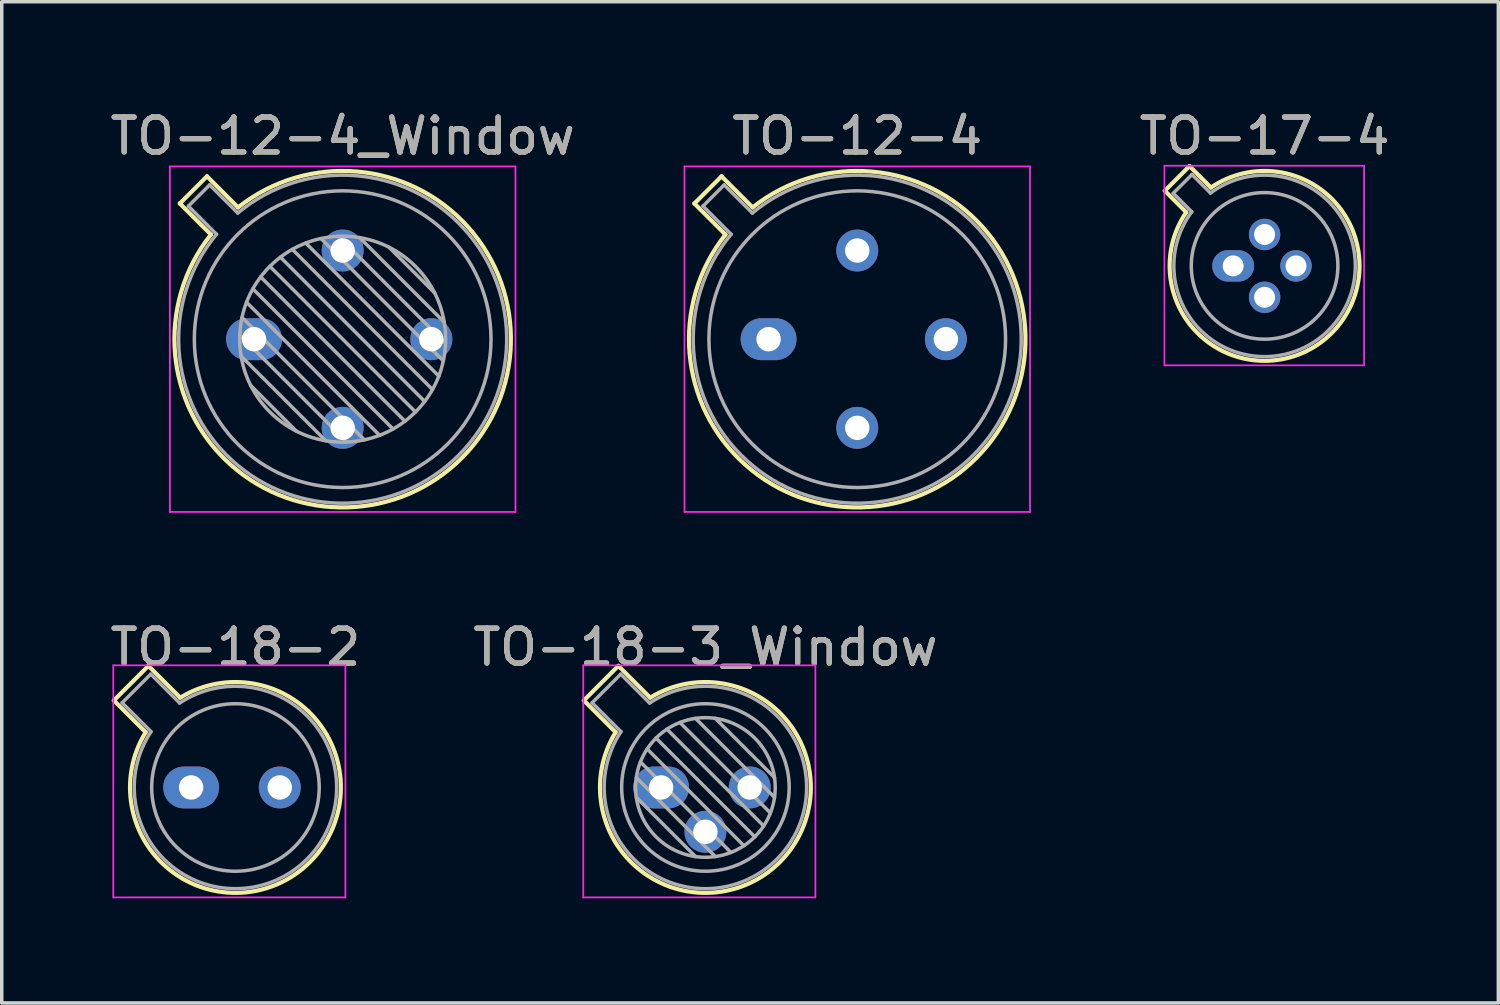
<source format=kicad_pcb>
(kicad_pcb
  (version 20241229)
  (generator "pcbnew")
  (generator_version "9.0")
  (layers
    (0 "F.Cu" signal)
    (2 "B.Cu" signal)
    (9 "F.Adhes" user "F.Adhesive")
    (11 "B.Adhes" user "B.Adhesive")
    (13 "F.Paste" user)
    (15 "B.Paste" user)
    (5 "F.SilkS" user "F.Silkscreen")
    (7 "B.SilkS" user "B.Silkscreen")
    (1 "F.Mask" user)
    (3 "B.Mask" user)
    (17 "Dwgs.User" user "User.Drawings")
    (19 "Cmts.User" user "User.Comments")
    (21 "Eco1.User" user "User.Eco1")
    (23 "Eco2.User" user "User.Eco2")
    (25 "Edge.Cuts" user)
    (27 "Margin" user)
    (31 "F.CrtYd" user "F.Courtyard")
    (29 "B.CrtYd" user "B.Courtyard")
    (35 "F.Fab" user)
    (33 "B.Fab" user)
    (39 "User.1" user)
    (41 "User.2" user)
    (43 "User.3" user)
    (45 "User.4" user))
  (footprint "TO-17-4"
    (layer "F.Cu")
    (at 32.282 4.568)
    (property "Reference" "TO-17-4" (at 0.9 -3.72 0) (layer "F.SilkS") (effects (font (size 1 1) (thickness 0.15))))
    (attr through_hole)
    (fp_line (start -1.959 -2.152) (end -1.344 -1.537) (stroke (width 0.12) (type solid)) (layer "F.SilkS"))
    (fp_line (start -1.252 -2.859) (end -1.959 -2.152) (stroke (width 0.12) (type solid)) (layer "F.SilkS"))
    (fp_line (start -0.637 -2.244) (end -1.252 -2.859) (stroke (width 0.12) (type solid)) (layer "F.SilkS"))
    (fp_arc (start -0.637002 -2.244109) (mid 2.82358 1.923081) (end -1.344508 -1.536419) (stroke (width 0.12) (type solid)) (layer "F.SilkS"))
    (fp_line (start -1.97 -2.87) (end -1.97 2.85) (stroke (width 0.05) (type solid)) (layer "F.CrtYd"))
    (fp_line (start -1.97 2.85) (end 3.75 2.85) (stroke (width 0.05) (type solid)) (layer "F.CrtYd"))
    (fp_line (start 3.75 -2.87) (end -1.97 -2.87) (stroke (width 0.05) (type solid)) (layer "F.CrtYd"))
    (fp_line (start 3.75 2.85) (end 3.75 -2.87) (stroke (width 0.05) (type solid)) (layer "F.CrtYd"))
    (fp_line (start -1.718 -2.08) (end -1.187 -1.55) (stroke (width 0.1) (type solid)) (layer "F.Fab"))
    (fp_line (start -1.18 -2.618) (end -1.718 -2.08) (stroke (width 0.1) (type solid)) (layer "F.Fab"))
    (fp_line (start -0.65 -2.087) (end -1.18 -2.618) (stroke (width 0.1) (type solid)) (layer "F.Fab"))
    (fp_arc (start -0.650035 -2.087436) (mid 2.738346 1.838609) (end -1.187214 -1.550334) (stroke (width 0.1) (type solid)) (layer "F.Fab"))
    (fp_circle (center 0.9 0) (end 3 0) (stroke (width 0.1) (type solid)) (fill no) (layer "F.Fab"))
    (fp_text user "${REFERENCE}" (at 0.9 -3.72 0) (layer "F.Fab") (effects (font (size 1 1) (thickness 0.15))))
    (pad "1" thru_hole oval (at 0 0) (size 1.2 0.9) (drill 0.6) (layers "*.Cu" "*.Mask"))
    (pad "2" thru_hole oval (at 0.9 0.9) (size 0.9 0.9) (drill 0.6) (layers "*.Cu" "*.Mask"))
    (pad "3" thru_hole oval (at 1.8 0) (size 0.9 0.9) (drill 0.6) (layers "*.Cu" "*.Mask"))
    (pad "4" thru_hole oval (at 0.9 -0.9) (size 0.9 0.9) (drill 0.6) (layers "*.Cu" "*.Mask")))
  (footprint "TO-12-4"
    (layer "F.Cu")
    (at 18.971 6.668)
    (property "Reference" "TO-12-4" (at 2.54 -5.82 0) (layer "F.SilkS") (effects (font (size 1 1) (thickness 0.15))))
    (attr through_hole)
    (fp_line (start -2.126 -3.888) (end -1.235 -2.997) (stroke (width 0.12) (type solid)) (layer "F.SilkS"))
    (fp_line (start -1.348 -4.666) (end -2.126 -3.888) (stroke (width 0.12) (type solid)) (layer "F.SilkS"))
    (fp_line (start -0.457 -3.775) (end -1.348 -4.666) (stroke (width 0.12) (type solid)) (layer "F.SilkS"))
    (fp_arc (start -0.457084 -3.774902) (mid 5.948125 3.408384) (end -1.234674 -2.997371) (stroke (width 0.12) (type solid)) (layer "F.SilkS"))
    (fp_line (start -2.41 -4.95) (end -2.41 4.95) (stroke (width 0.05) (type solid)) (layer "F.CrtYd"))
    (fp_line (start -2.41 4.95) (end 7.49 4.95) (stroke (width 0.05) (type solid)) (layer "F.CrtYd"))
    (fp_line (start 7.49 -4.95) (end -2.41 -4.95) (stroke (width 0.05) (type solid)) (layer "F.CrtYd"))
    (fp_line (start 7.49 4.95) (end 7.49 -4.95) (stroke (width 0.05) (type solid)) (layer "F.CrtYd"))
    (fp_line (start -1.88 -3.812) (end -1.074 -3.005) (stroke (width 0.1) (type solid)) (layer "F.Fab"))
    (fp_line (start -1.272 -4.42) (end -1.88 -3.812) (stroke (width 0.1) (type solid)) (layer "F.Fab"))
    (fp_line (start -0.465 -3.614) (end -1.272 -4.42) (stroke (width 0.1) (type solid)) (layer "F.Fab"))
    (fp_arc (start -0.465408 -3.61352) (mid 5.863443 3.323361) (end -1.073594 -3.005319) (stroke (width 0.1) (type solid)) (layer "F.Fab"))
    (fp_circle (center 2.54 0) (end 6.79 0) (stroke (width 0.1) (type solid)) (fill no) (layer "F.Fab"))
    (fp_text user "${REFERENCE}" (at 2.54 -5.82 0) (layer "F.Fab") (effects (font (size 1 1) (thickness 0.15))))
    (pad "1" thru_hole oval (at 0 0) (size 1.6 1.2) (drill 0.7) (layers "*.Cu" "*.Mask"))
    (pad "2" thru_hole oval (at 2.54 2.54) (size 1.2 1.2) (drill 0.7) (layers "*.Cu" "*.Mask"))
    (pad "3" thru_hole oval (at 5.08 0) (size 1.2 1.2) (drill 0.7) (layers "*.Cu" "*.Mask"))
    (pad "4" thru_hole oval (at 2.54 -2.54) (size 1.2 1.2) (drill 0.7) (layers "*.Cu" "*.Mask")))
  (footprint "TO-18-2"
    (layer "F.Cu")
    (at 2.426 19.512)
    (property "Reference" "TO-18-2" (at 1.27 -4.02 0) (layer "F.SilkS") (effects (font (size 1 1) (thickness 0.15))))
    (attr through_hole)
    (fp_line (start -2.214 -2.494) (end -1.302 -1.582) (stroke (width 0.12) (type solid)) (layer "F.SilkS"))
    (fp_line (start -1.224 -3.484) (end -2.214 -2.494) (stroke (width 0.12) (type solid)) (layer "F.SilkS"))
    (fp_line (start -0.312 -2.572) (end -1.224 -3.484) (stroke (width 0.12) (type solid)) (layer "F.SilkS"))
    (fp_arc (start -0.312331 -2.572281) (mid 3.405374 2.135551) (end -1.30215 -1.582544) (stroke (width 0.12) (type solid)) (layer "F.SilkS"))
    (fp_line (start -2.23 -3.5) (end -2.23 3.15) (stroke (width 0.05) (type solid)) (layer "F.CrtYd"))
    (fp_line (start -2.23 3.15) (end 4.42 3.15) (stroke (width 0.05) (type solid)) (layer "F.CrtYd"))
    (fp_line (start 4.42 -3.5) (end -2.23 -3.5) (stroke (width 0.05) (type solid)) (layer "F.CrtYd"))
    (fp_line (start 4.42 3.15) (end 4.42 -3.5) (stroke (width 0.05) (type solid)) (layer "F.CrtYd"))
    (fp_line (start -1.977 -2.426) (end -1.149 -1.599) (stroke (width 0.1) (type solid)) (layer "F.Fab"))
    (fp_line (start -1.156 -3.247) (end -1.977 -2.426) (stroke (width 0.1) (type solid)) (layer "F.Fab"))
    (fp_line (start -0.329 -2.419) (end -1.156 -3.247) (stroke (width 0.1) (type solid)) (layer "F.Fab"))
    (fp_arc (start -0.329057 -2.419301) (mid 3.321076 2.050143) (end -1.150029 -1.597956) (stroke (width 0.1) (type solid)) (layer "F.Fab"))
    (fp_circle (center 1.27 0) (end 3.67 0) (stroke (width 0.1) (type solid)) (fill no) (layer "F.Fab"))
    (fp_text user "${REFERENCE}" (at 1.27 -4.02 0) (layer "F.Fab") (effects (font (size 1 1) (thickness 0.15))))
    (pad "1" thru_hole oval (at 0 0) (size 1.6 1.2) (drill 0.7) (layers "*.Cu" "*.Mask"))
    (pad "2" thru_hole oval (at 2.54 0) (size 1.2 1.2) (drill 0.7) (layers "*.Cu" "*.Mask")))
  (footprint "TO-12-4_Window"
    (layer "F.Cu")
    (at 4.228 6.668)
    (property "Reference" "TO-12-4_Window" (at 2.54 -5.82 0) (layer "F.SilkS") (effects (font (size 1 1) (thickness 0.15))))
    (attr through_hole)
    (fp_line (start -2.126 -3.888) (end -1.235 -2.997) (stroke (width 0.12) (type solid)) (layer "F.SilkS"))
    (fp_line (start -1.348 -4.666) (end -2.126 -3.888) (stroke (width 0.12) (type solid)) (layer "F.SilkS"))
    (fp_line (start -0.457 -3.775) (end -1.348 -4.666) (stroke (width 0.12) (type solid)) (layer "F.SilkS"))
    (fp_arc (start -0.457084 -3.774902) (mid 5.948125 3.408384) (end -1.234674 -2.997371) (stroke (width 0.12) (type solid)) (layer "F.SilkS"))
    (fp_line (start -2.41 -4.95) (end -2.41 4.95) (stroke (width 0.05) (type solid)) (layer "F.CrtYd"))
    (fp_line (start -2.41 4.95) (end 7.49 4.95) (stroke (width 0.05) (type solid)) (layer "F.CrtYd"))
    (fp_line (start 7.49 -4.95) (end -2.41 -4.95) (stroke (width 0.05) (type solid)) (layer "F.CrtYd"))
    (fp_line (start 7.49 4.95) (end 7.49 -4.95) (stroke (width 0.05) (type solid)) (layer "F.CrtYd"))
    (fp_line (start -1.88 -3.812) (end -1.074 -3.005) (stroke (width 0.1) (type solid)) (layer "F.Fab"))
    (fp_line (start -1.272 -4.42) (end -1.88 -3.812) (stroke (width 0.1) (type solid)) (layer "F.Fab"))
    (fp_line (start -0.465 -3.614) (end -1.272 -4.42) (stroke (width 0.1) (type solid)) (layer "F.Fab"))
    (fp_line (start -0.408 -0.12) (end 2.66 2.948) (stroke (width 0.1) (type solid)) (layer "F.Fab"))
    (fp_line (start -0.371 0.485) (end 2.055 2.911) (stroke (width 0.1) (type solid)) (layer "F.Fab"))
    (fp_line (start -0.344 -0.622) (end 3.162 2.884) (stroke (width 0.1) (type solid)) (layer "F.Fab"))
    (fp_line (start -0.215 -1.058) (end 3.598 2.755) (stroke (width 0.1) (type solid)) (layer "F.Fab"))
    (fp_line (start -0.097 1.324) (end 1.216 2.637) (stroke (width 0.1) (type solid)) (layer "F.Fab"))
    (fp_line (start -0.034 -1.443) (end 3.983 2.574) (stroke (width 0.1) (type solid)) (layer "F.Fab"))
    (fp_line (start 0.19 -1.784) (end 4.324 2.35) (stroke (width 0.1) (type solid)) (layer "F.Fab"))
    (fp_line (start 0.454 -2.086) (end 4.626 2.086) (stroke (width 0.1) (type solid)) (layer "F.Fab"))
    (fp_line (start 0.756 -2.35) (end 4.89 1.784) (stroke (width 0.1) (type solid)) (layer "F.Fab"))
    (fp_line (start 1.097 -2.574) (end 5.114 1.443) (stroke (width 0.1) (type solid)) (layer "F.Fab"))
    (fp_line (start 1.482 -2.755) (end 5.295 1.058) (stroke (width 0.1) (type solid)) (layer "F.Fab"))
    (fp_line (start 1.918 -2.884) (end 5.424 0.622) (stroke (width 0.1) (type solid)) (layer "F.Fab"))
    (fp_line (start 2.42 -2.948) (end 5.488 0.12) (stroke (width 0.1) (type solid)) (layer "F.Fab"))
    (fp_line (start 3.025 -2.911) (end 5.451 -0.485) (stroke (width 0.1) (type solid)) (layer "F.Fab"))
    (fp_line (start 3.864 -2.637) (end 5.177 -1.324) (stroke (width 0.1) (type solid)) (layer "F.Fab"))
    (fp_arc (start -0.465408 -3.61352) (mid 5.863443 3.323361) (end -1.073594 -3.005319) (stroke (width 0.1) (type solid)) (layer "F.Fab"))
    (fp_circle (center 2.54 0) (end 5.49 0) (stroke (width 0.1) (type solid)) (fill no) (layer "F.Fab"))
    (fp_circle (center 2.54 0) (end 6.79 0) (stroke (width 0.1) (type solid)) (fill no) (layer "F.Fab"))
    (fp_text user "${REFERENCE}" (at 2.54 -5.82 0) (layer "F.Fab") (effects (font (size 1 1) (thickness 0.15))))
    (pad "1" thru_hole oval (at 0 0) (size 1.6 1.2) (drill 0.7) (layers "*.Cu" "*.Mask"))
    (pad "2" thru_hole oval (at 2.54 2.54) (size 1.2 1.2) (drill 0.7) (layers "*.Cu" "*.Mask"))
    (pad "3" thru_hole oval (at 5.08 0) (size 1.2 1.2) (drill 0.7) (layers "*.Cu" "*.Mask"))
    (pad "4" thru_hole oval (at 2.54 -2.54) (size 1.2 1.2) (drill 0.7) (layers "*.Cu" "*.Mask")))
  (footprint "TO-18-3_Window"
    (layer "F.Cu")
    (at 15.891 19.512)
    (property "Reference" "TO-18-3_Window" (at 1.27 -4.02 0) (layer "F.SilkS") (effects (font (size 1 1) (thickness 0.15))))
    (attr through_hole)
    (fp_line (start -2.214 -2.494) (end -1.302 -1.582) (stroke (width 0.12) (type solid)) (layer "F.SilkS"))
    (fp_line (start -1.224 -3.484) (end -2.214 -2.494) (stroke (width 0.12) (type solid)) (layer "F.SilkS"))
    (fp_line (start -0.312 -2.572) (end -1.224 -3.484) (stroke (width 0.12) (type solid)) (layer "F.SilkS"))
    (fp_arc (start -0.312331 -2.572281) (mid 3.405374 2.135551) (end -1.30215 -1.582544) (stroke (width 0.12) (type solid)) (layer "F.SilkS"))
    (fp_line (start -2.23 -3.5) (end -2.23 3.15) (stroke (width 0.05) (type solid)) (layer "F.CrtYd"))
    (fp_line (start -2.23 3.15) (end 4.42 3.15) (stroke (width 0.05) (type solid)) (layer "F.CrtYd"))
    (fp_line (start 4.42 -3.5) (end -2.23 -3.5) (stroke (width 0.05) (type solid)) (layer "F.CrtYd"))
    (fp_line (start 4.42 3.15) (end 4.42 -3.5) (stroke (width 0.05) (type solid)) (layer "F.CrtYd"))
    (fp_line (start -1.977 -2.426) (end -1.149 -1.599) (stroke (width 0.1) (type solid)) (layer "F.Fab"))
    (fp_line (start -1.156 -3.247) (end -1.977 -2.426) (stroke (width 0.1) (type solid)) (layer "F.Fab"))
    (fp_line (start -0.71 -0.283) (end 1.553 1.98) (stroke (width 0.1) (type solid)) (layer "F.Fab"))
    (fp_line (start -0.71 0.283) (end 0.987 1.98) (stroke (width 0.1) (type solid)) (layer "F.Fab"))
    (fp_line (start -0.592 -0.731) (end 2.001 1.862) (stroke (width 0.1) (type solid)) (layer "F.Fab"))
    (fp_line (start -0.399 -1.103) (end 2.373 1.669) (stroke (width 0.1) (type solid)) (layer "F.Fab"))
    (fp_line (start -0.329 -2.419) (end -1.156 -3.247) (stroke (width 0.1) (type solid)) (layer "F.Fab"))
    (fp_line (start -0.145 -1.415) (end 2.685 1.415) (stroke (width 0.1) (type solid)) (layer "F.Fab"))
    (fp_line (start 0.167 -1.669) (end 2.939 1.103) (stroke (width 0.1) (type solid)) (layer "F.Fab"))
    (fp_line (start 0.539 -1.862) (end 3.132 0.731) (stroke (width 0.1) (type solid)) (layer "F.Fab"))
    (fp_line (start 0.987 -1.98) (end 3.25 0.283) (stroke (width 0.1) (type solid)) (layer "F.Fab"))
    (fp_line (start 1.553 -1.98) (end 3.25 -0.283) (stroke (width 0.1) (type solid)) (layer "F.Fab"))
    (fp_arc (start -0.329057 -2.419301) (mid 3.321076 2.050143) (end -1.150029 -1.597956) (stroke (width 0.1) (type solid)) (layer "F.Fab"))
    (fp_circle (center 1.27 0) (end 3.27 0) (stroke (width 0.1) (type solid)) (fill no) (layer "F.Fab"))
    (fp_circle (center 1.27 0) (end 3.67 0) (stroke (width 0.1) (type solid)) (fill no) (layer "F.Fab"))
    (fp_text user "${REFERENCE}" (at 1.27 -4.02 0) (layer "F.Fab") (effects (font (size 1 1) (thickness 0.15))))
    (pad "1" thru_hole oval (at 0 0) (size 1.6 1.2) (drill 0.7) (layers "*.Cu" "*.Mask"))
    (pad "2" thru_hole oval (at 1.27 1.27) (size 1.2 1.2) (drill 0.7) (layers "*.Cu" "*.Mask"))
    (pad "3" thru_hole oval (at 2.54 0) (size 1.2 1.2) (drill 0.7) (layers "*.Cu" "*.Mask")))
  (gr_rect
    (start -3 -3)
    (end 39.879 25.686)
    (stroke (width 0.1) (type default))
    (fill no)
    (layer "Edge.Cuts")))
</source>
